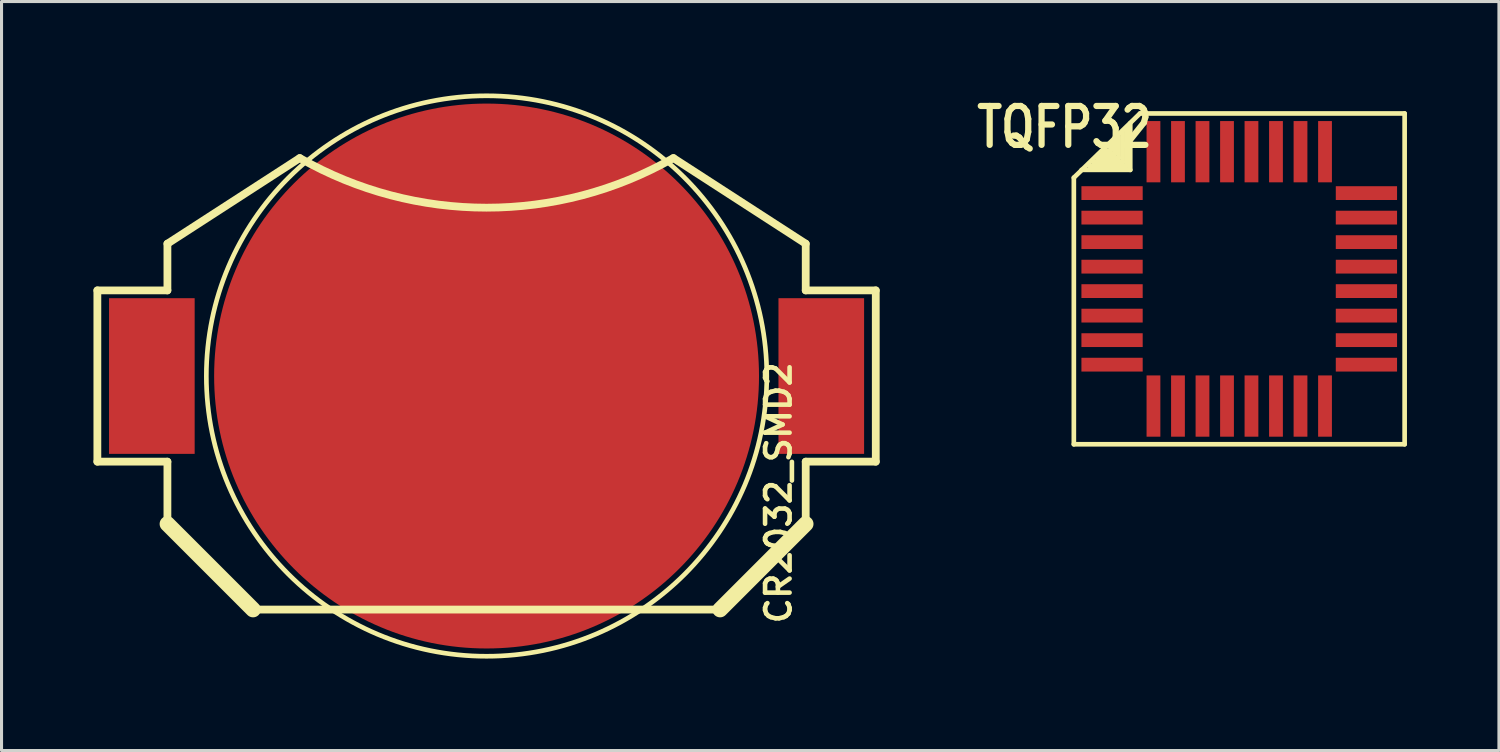
<source format=kicad_pcb>
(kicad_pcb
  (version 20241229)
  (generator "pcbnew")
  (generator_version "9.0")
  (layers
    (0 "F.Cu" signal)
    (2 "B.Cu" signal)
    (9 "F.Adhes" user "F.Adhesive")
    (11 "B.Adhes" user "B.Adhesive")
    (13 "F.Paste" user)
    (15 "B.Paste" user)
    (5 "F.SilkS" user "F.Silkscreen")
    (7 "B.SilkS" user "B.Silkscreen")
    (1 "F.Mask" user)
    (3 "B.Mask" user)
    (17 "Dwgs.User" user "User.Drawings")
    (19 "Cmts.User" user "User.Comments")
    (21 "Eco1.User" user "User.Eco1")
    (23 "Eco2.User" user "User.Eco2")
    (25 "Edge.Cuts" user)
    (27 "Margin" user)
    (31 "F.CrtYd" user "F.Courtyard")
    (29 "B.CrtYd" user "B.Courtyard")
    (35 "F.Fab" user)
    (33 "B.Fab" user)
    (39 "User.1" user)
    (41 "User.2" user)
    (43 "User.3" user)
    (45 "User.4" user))
  (footprint "CR2032_SMD2"
    (layer "F.Cu")
    (at 12.827 9.22)
    (property "Reference" "CR2032_SMD2" (at 9.525 3.81 270) (layer "F.SilkS") (effects (font (size 0.8 0.8) (thickness 0.15))))
    (attr smd)
    (fp_line (start -12.7 -2.794) (end -10.414 -2.794) (stroke (width 0.254) (type solid)) (layer "F.SilkS"))
    (fp_line (start -12.7 2.794) (end -12.7 -2.794) (stroke (width 0.254) (type solid)) (layer "F.SilkS"))
    (fp_line (start -10.414 -4.318) (end -6.096 -7.112) (stroke (width 0.254) (type solid)) (layer "F.SilkS"))
    (fp_line (start -10.414 -2.794) (end -10.414 -4.318) (stroke (width 0.254) (type solid)) (layer "F.SilkS"))
    (fp_line (start -10.414 2.794) (end -12.7 2.794) (stroke (width 0.254) (type solid)) (layer "F.SilkS"))
    (fp_line (start -10.414 4.826) (end -10.414 2.794) (stroke (width 0.254) (type solid)) (layer "F.SilkS"))
    (fp_line (start -7.62 7.62) (end -10.414 4.826) (stroke (width 0.508) (type solid)) (layer "F.SilkS"))
    (fp_line (start 7.62 7.62) (end -7.62 7.62) (stroke (width 0.254) (type solid)) (layer "F.SilkS"))
    (fp_line (start 7.62 7.62) (end 10.414 4.826) (stroke (width 0.508) (type solid)) (layer "F.SilkS"))
    (fp_line (start 10.414 -4.318) (end 6.096 -7.112) (stroke (width 0.254) (type solid)) (layer "F.SilkS"))
    (fp_line (start 10.414 -2.794) (end 10.414 -4.318) (stroke (width 0.254) (type solid)) (layer "F.SilkS"))
    (fp_line (start 10.414 2.794) (end 10.414 4.826) (stroke (width 0.254) (type solid)) (layer "F.SilkS"))
    (fp_line (start 10.414 2.794) (end 12.7 2.794) (stroke (width 0.254) (type solid)) (layer "F.SilkS"))
    (fp_line (start 12.7 -2.794) (end 10.414 -2.794) (stroke (width 0.254) (type solid)) (layer "F.SilkS"))
    (fp_line (start 12.7 2.794) (end 12.7 -2.794) (stroke (width 0.254) (type solid)) (layer "F.SilkS"))
    (fp_arc (start 6.096 -7.112) (mid 0 -5.493119) (end -6.096 -7.112) (stroke (width 0.254) (type solid)) (layer "F.SilkS"))
    (fp_circle (center 0 0) (end 0 -9.144) (stroke (width 0.152) (type solid)) (fill no) (layer "F.SilkS"))
    (pad "1" smd rect (at -10.922 0) (size 2.794 5.08) (layers "F.Cu" "F.Mask" "F.Paste"))
    (pad "1" smd rect (at 10.922 0) (size 2.794 5.08) (layers "F.Cu" "F.Mask" "F.Paste"))
    (pad "2" smd circle (at 0 0) (size 17.78 17.78) (layers "F.Cu" "F.Mask")))
  (footprint "TQFP32"
    (layer "F.Cu")
    (at 37.387 6.05)
    (property "Reference" "TQFP32" (at -5.7 -4.95 0) (layer "F.SilkS") (effects (font (size 1.27 1.016) (thickness 0.203))))
    (attr smd)
    (fp_line (start -5.397 -3.302) (end -3.239 -5.397) (stroke (width 0.152) (type solid)) (layer "F.SilkS"))
    (fp_line (start -5.397 5.397) (end -5.397 -3.302) (stroke (width 0.152) (type solid)) (layer "F.SilkS"))
    (fp_line (start -5.144 -3.556) (end -3.556 -3.556) (stroke (width 0.152) (type solid)) (layer "F.SilkS"))
    (fp_line (start -4.191 -4.191) (end -4.381 -4.191) (stroke (width 0.152) (type solid)) (layer "F.SilkS"))
    (fp_line (start -4.191 -4.191) (end -4.191 -4.381) (stroke (width 0.152) (type solid)) (layer "F.SilkS"))
    (fp_line (start -4.064 -4.064) (end -4.508 -4.064) (stroke (width 0.152) (type solid)) (layer "F.SilkS"))
    (fp_line (start -4.064 -4.064) (end -4.064 -4.508) (stroke (width 0.152) (type solid)) (layer "F.SilkS"))
    (fp_line (start -3.937 -3.937) (end -4.636 -3.937) (stroke (width 0.152) (type solid)) (layer "F.SilkS"))
    (fp_line (start -3.937 -3.937) (end -3.937 -4.636) (stroke (width 0.152) (type solid)) (layer "F.SilkS"))
    (fp_line (start -3.81 -3.81) (end -4.763 -3.81) (stroke (width 0.152) (type solid)) (layer "F.SilkS"))
    (fp_line (start -3.81 -3.81) (end -3.81 -4.763) (stroke (width 0.152) (type solid)) (layer "F.SilkS"))
    (fp_line (start -3.683 -3.683) (end -4.889 -3.683) (stroke (width 0.152) (type solid)) (layer "F.SilkS"))
    (fp_line (start -3.683 -3.683) (end -3.683 -4.889) (stroke (width 0.152) (type solid)) (layer "F.SilkS"))
    (fp_line (start -3.556 -3.556) (end -3.556 -5.08) (stroke (width 0.152) (type solid)) (layer "F.SilkS"))
    (fp_line (start -3.239 -5.397) (end 5.397 -5.397) (stroke (width 0.152) (type solid)) (layer "F.SilkS"))
    (fp_line (start 5.397 -5.397) (end 5.397 5.397) (stroke (width 0.152) (type solid)) (layer "F.SilkS"))
    (fp_line (start 5.397 5.397) (end -5.397 5.397) (stroke (width 0.152) (type solid)) (layer "F.SilkS"))
    (pad "1" smd rect (at -4.15 -2.799) (size 1.999 0.45) (layers "F.Cu" "F.Mask" "F.Paste"))
    (pad "2" smd rect (at -4.15 -1.999) (size 1.999 0.45) (layers "F.Cu" "F.Mask" "F.Paste"))
    (pad "3" smd rect (at -4.15 -1.199) (size 1.999 0.45) (layers "F.Cu" "F.Mask" "F.Paste"))
    (pad "4" smd rect (at -4.15 -0.399) (size 1.999 0.45) (layers "F.Cu" "F.Mask" "F.Paste"))
    (pad "5" smd rect (at -4.15 0.399) (size 1.999 0.45) (layers "F.Cu" "F.Mask" "F.Paste"))
    (pad "6" smd rect (at -4.15 1.199) (size 1.999 0.45) (layers "F.Cu" "F.Mask" "F.Paste"))
    (pad "7" smd rect (at -4.15 1.999) (size 1.999 0.45) (layers "F.Cu" "F.Mask" "F.Paste"))
    (pad "8" smd rect (at -4.15 2.799) (size 1.999 0.45) (layers "F.Cu" "F.Mask" "F.Paste"))
    (pad "9" smd rect (at -2.799 4.15 90) (size 1.999 0.45) (layers "F.Cu" "F.Mask" "F.Paste"))
    (pad "10" smd rect (at -1.999 4.15 90) (size 1.999 0.45) (layers "F.Cu" "F.Mask" "F.Paste"))
    (pad "11" smd rect (at -1.199 4.15 90) (size 1.999 0.45) (layers "F.Cu" "F.Mask" "F.Paste"))
    (pad "12" smd rect (at -0.399 4.15 90) (size 1.999 0.45) (layers "F.Cu" "F.Mask" "F.Paste"))
    (pad "13" smd rect (at 0.399 4.15 90) (size 1.999 0.45) (layers "F.Cu" "F.Mask" "F.Paste"))
    (pad "14" smd rect (at 1.199 4.15 90) (size 1.999 0.45) (layers "F.Cu" "F.Mask" "F.Paste"))
    (pad "15" smd rect (at 1.999 4.15 90) (size 1.999 0.45) (layers "F.Cu" "F.Mask" "F.Paste"))
    (pad "16" smd rect (at 2.799 4.15 90) (size 1.999 0.45) (layers "F.Cu" "F.Mask" "F.Paste"))
    (pad "17" smd rect (at 4.15 2.799) (size 1.999 0.45) (layers "F.Cu" "F.Mask" "F.Paste"))
    (pad "18" smd rect (at 4.15 1.999) (size 1.999 0.45) (layers "F.Cu" "F.Mask" "F.Paste"))
    (pad "19" smd rect (at 4.15 1.199) (size 1.999 0.45) (layers "F.Cu" "F.Mask" "F.Paste"))
    (pad "20" smd rect (at 4.15 0.399) (size 1.999 0.45) (layers "F.Cu" "F.Mask" "F.Paste"))
    (pad "21" smd rect (at 4.15 -0.399) (size 1.999 0.45) (layers "F.Cu" "F.Mask" "F.Paste"))
    (pad "22" smd rect (at 4.15 -1.199) (size 1.999 0.45) (layers "F.Cu" "F.Mask" "F.Paste"))
    (pad "23" smd rect (at 4.15 -1.999) (size 1.999 0.45) (layers "F.Cu" "F.Mask" "F.Paste"))
    (pad "24" smd rect (at 4.15 -2.799) (size 1.999 0.45) (layers "F.Cu" "F.Mask" "F.Paste"))
    (pad "25" smd rect (at 2.799 -4.15 90) (size 1.999 0.45) (layers "F.Cu" "F.Mask" "F.Paste"))
    (pad "26" smd rect (at 1.999 -4.15 90) (size 1.999 0.45) (layers "F.Cu" "F.Mask" "F.Paste"))
    (pad "27" smd rect (at 1.199 -4.15 90) (size 1.999 0.45) (layers "F.Cu" "F.Mask" "F.Paste"))
    (pad "28" smd rect (at 0.399 -4.15 90) (size 1.999 0.45) (layers "F.Cu" "F.Mask" "F.Paste"))
    (pad "29" smd rect (at -0.399 -4.15 90) (size 1.999 0.45) (layers "F.Cu" "F.Mask" "F.Paste"))
    (pad "30" smd rect (at -1.199 -4.15 90) (size 1.999 0.45) (layers "F.Cu" "F.Mask" "F.Paste"))
    (pad "31" smd rect (at -1.999 -4.15 90) (size 1.999 0.45) (layers "F.Cu" "F.Mask" "F.Paste"))
    (pad "32" smd rect (at -2.799 -4.15 90) (size 1.999 0.45) (layers "F.Cu" "F.Mask" "F.Paste")))
  (gr_rect
    (start -3 -3)
    (end 45.861 21.44)
    (stroke (width 0.1) (type default))
    (fill no)
    (layer "Edge.Cuts")))
</source>
